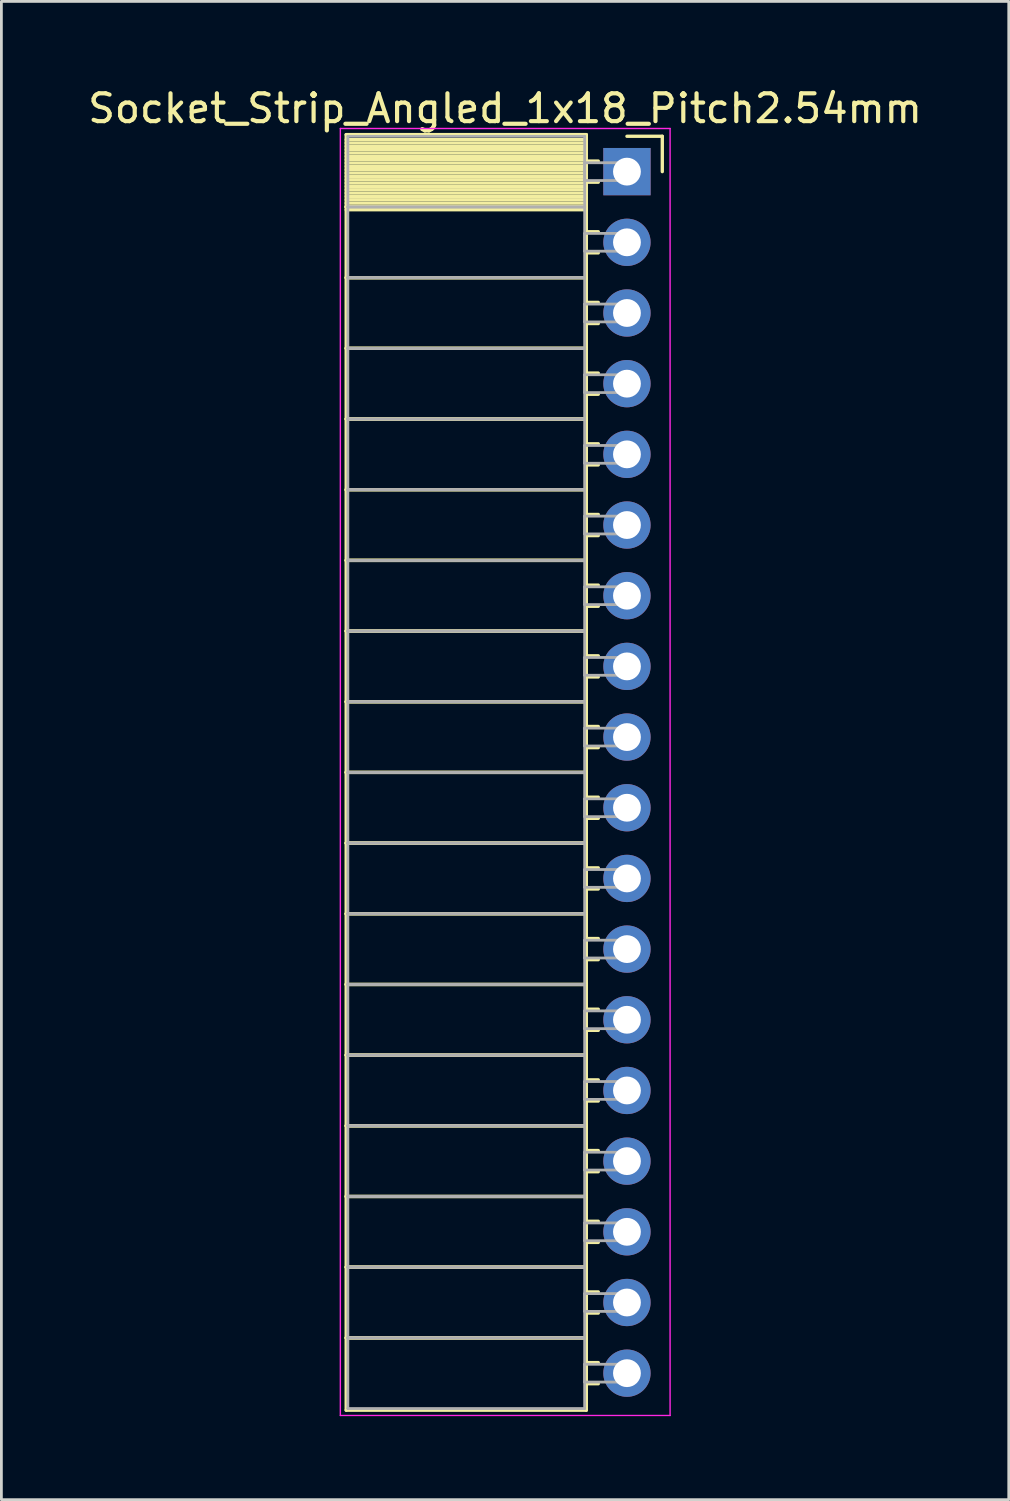
<source format=kicad_pcb>
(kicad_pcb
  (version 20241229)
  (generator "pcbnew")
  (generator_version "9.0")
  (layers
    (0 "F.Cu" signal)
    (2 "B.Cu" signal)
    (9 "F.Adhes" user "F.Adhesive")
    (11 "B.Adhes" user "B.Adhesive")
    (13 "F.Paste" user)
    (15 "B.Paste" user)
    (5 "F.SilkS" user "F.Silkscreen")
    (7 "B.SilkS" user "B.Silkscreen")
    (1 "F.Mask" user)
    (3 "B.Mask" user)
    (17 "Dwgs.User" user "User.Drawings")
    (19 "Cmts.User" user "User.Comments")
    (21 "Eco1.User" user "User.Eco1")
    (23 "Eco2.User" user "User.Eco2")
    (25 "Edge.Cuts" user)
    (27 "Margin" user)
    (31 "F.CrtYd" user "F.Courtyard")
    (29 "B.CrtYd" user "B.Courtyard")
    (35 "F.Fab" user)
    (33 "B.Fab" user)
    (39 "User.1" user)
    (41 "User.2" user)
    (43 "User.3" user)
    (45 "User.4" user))
  (footprint "Socket_Strip_Angled_1x18_Pitch2.54mm"
    (layer "F.Cu")
    (at 19.481 3.118)
    (property "Reference" "Socket_Strip_Angled_1x18_Pitch2.54mm" (at -4.38 -2.27 0) (layer "F.SilkS") (effects (font (size 1 1) (thickness 0.15))))
    (attr through_hole)
    (fp_line (start -10.09 -1.33) (end -1.46 -1.33) (stroke (width 0.12) (type solid)) (layer "F.SilkS"))
    (fp_line (start -10.09 1.27) (end -10.09 -1.33) (stroke (width 0.12) (type solid)) (layer "F.SilkS"))
    (fp_line (start -10.09 1.27) (end -1.46 1.27) (stroke (width 0.12) (type solid)) (layer "F.SilkS"))
    (fp_line (start -10.09 3.81) (end -10.09 1.27) (stroke (width 0.12) (type solid)) (layer "F.SilkS"))
    (fp_line (start -10.09 3.81) (end -1.46 3.81) (stroke (width 0.12) (type solid)) (layer "F.SilkS"))
    (fp_line (start -10.09 6.35) (end -10.09 3.81) (stroke (width 0.12) (type solid)) (layer "F.SilkS"))
    (fp_line (start -10.09 6.35) (end -1.46 6.35) (stroke (width 0.12) (type solid)) (layer "F.SilkS"))
    (fp_line (start -10.09 8.89) (end -10.09 6.35) (stroke (width 0.12) (type solid)) (layer "F.SilkS"))
    (fp_line (start -10.09 8.89) (end -1.46 8.89) (stroke (width 0.12) (type solid)) (layer "F.SilkS"))
    (fp_line (start -10.09 11.43) (end -10.09 8.89) (stroke (width 0.12) (type solid)) (layer "F.SilkS"))
    (fp_line (start -10.09 11.43) (end -1.46 11.43) (stroke (width 0.12) (type solid)) (layer "F.SilkS"))
    (fp_line (start -10.09 13.97) (end -10.09 11.43) (stroke (width 0.12) (type solid)) (layer "F.SilkS"))
    (fp_line (start -10.09 13.97) (end -1.46 13.97) (stroke (width 0.12) (type solid)) (layer "F.SilkS"))
    (fp_line (start -10.09 16.51) (end -10.09 13.97) (stroke (width 0.12) (type solid)) (layer "F.SilkS"))
    (fp_line (start -10.09 16.51) (end -1.46 16.51) (stroke (width 0.12) (type solid)) (layer "F.SilkS"))
    (fp_line (start -10.09 19.05) (end -10.09 16.51) (stroke (width 0.12) (type solid)) (layer "F.SilkS"))
    (fp_line (start -10.09 19.05) (end -1.46 19.05) (stroke (width 0.12) (type solid)) (layer "F.SilkS"))
    (fp_line (start -10.09 21.59) (end -10.09 19.05) (stroke (width 0.12) (type solid)) (layer "F.SilkS"))
    (fp_line (start -10.09 21.59) (end -1.46 21.59) (stroke (width 0.12) (type solid)) (layer "F.SilkS"))
    (fp_line (start -10.09 24.13) (end -10.09 21.59) (stroke (width 0.12) (type solid)) (layer "F.SilkS"))
    (fp_line (start -10.09 24.13) (end -1.46 24.13) (stroke (width 0.12) (type solid)) (layer "F.SilkS"))
    (fp_line (start -10.09 26.67) (end -10.09 24.13) (stroke (width 0.12) (type solid)) (layer "F.SilkS"))
    (fp_line (start -10.09 26.67) (end -1.46 26.67) (stroke (width 0.12) (type solid)) (layer "F.SilkS"))
    (fp_line (start -10.09 29.21) (end -10.09 26.67) (stroke (width 0.12) (type solid)) (layer "F.SilkS"))
    (fp_line (start -10.09 29.21) (end -1.46 29.21) (stroke (width 0.12) (type solid)) (layer "F.SilkS"))
    (fp_line (start -10.09 31.75) (end -10.09 29.21) (stroke (width 0.12) (type solid)) (layer "F.SilkS"))
    (fp_line (start -10.09 31.75) (end -1.46 31.75) (stroke (width 0.12) (type solid)) (layer "F.SilkS"))
    (fp_line (start -10.09 34.29) (end -10.09 31.75) (stroke (width 0.12) (type solid)) (layer "F.SilkS"))
    (fp_line (start -10.09 34.29) (end -1.46 34.29) (stroke (width 0.12) (type solid)) (layer "F.SilkS"))
    (fp_line (start -10.09 36.83) (end -10.09 34.29) (stroke (width 0.12) (type solid)) (layer "F.SilkS"))
    (fp_line (start -10.09 36.83) (end -1.46 36.83) (stroke (width 0.12) (type solid)) (layer "F.SilkS"))
    (fp_line (start -10.09 39.37) (end -10.09 36.83) (stroke (width 0.12) (type solid)) (layer "F.SilkS"))
    (fp_line (start -10.09 39.37) (end -1.46 39.37) (stroke (width 0.12) (type solid)) (layer "F.SilkS"))
    (fp_line (start -10.09 41.91) (end -10.09 39.37) (stroke (width 0.12) (type solid)) (layer "F.SilkS"))
    (fp_line (start -10.09 41.91) (end -1.46 41.91) (stroke (width 0.12) (type solid)) (layer "F.SilkS"))
    (fp_line (start -10.09 44.51) (end -10.09 41.91) (stroke (width 0.12) (type solid)) (layer "F.SilkS"))
    (fp_line (start -1.46 -1.33) (end -1.46 1.27) (stroke (width 0.12) (type solid)) (layer "F.SilkS"))
    (fp_line (start -1.46 -1.15) (end -10.09 -1.15) (stroke (width 0.12) (type solid)) (layer "F.SilkS"))
    (fp_line (start -1.46 -1.03) (end -10.09 -1.03) (stroke (width 0.12) (type solid)) (layer "F.SilkS"))
    (fp_line (start -1.46 -0.91) (end -10.09 -0.91) (stroke (width 0.12) (type solid)) (layer "F.SilkS"))
    (fp_line (start -1.46 -0.79) (end -10.09 -0.79) (stroke (width 0.12) (type solid)) (layer "F.SilkS"))
    (fp_line (start -1.46 -0.67) (end -10.09 -0.67) (stroke (width 0.12) (type solid)) (layer "F.SilkS"))
    (fp_line (start -1.46 -0.55) (end -10.09 -0.55) (stroke (width 0.12) (type solid)) (layer "F.SilkS"))
    (fp_line (start -1.46 -0.43) (end -10.09 -0.43) (stroke (width 0.12) (type solid)) (layer "F.SilkS"))
    (fp_line (start -1.46 -0.31) (end -10.09 -0.31) (stroke (width 0.12) (type solid)) (layer "F.SilkS"))
    (fp_line (start -1.46 -0.19) (end -10.09 -0.19) (stroke (width 0.12) (type solid)) (layer "F.SilkS"))
    (fp_line (start -1.46 -0.07) (end -10.09 -0.07) (stroke (width 0.12) (type solid)) (layer "F.SilkS"))
    (fp_line (start -1.46 0.05) (end -10.09 0.05) (stroke (width 0.12) (type solid)) (layer "F.SilkS"))
    (fp_line (start -1.46 0.17) (end -10.09 0.17) (stroke (width 0.12) (type solid)) (layer "F.SilkS"))
    (fp_line (start -1.46 0.29) (end -10.09 0.29) (stroke (width 0.12) (type solid)) (layer "F.SilkS"))
    (fp_line (start -1.46 0.41) (end -10.09 0.41) (stroke (width 0.12) (type solid)) (layer "F.SilkS"))
    (fp_line (start -1.46 0.53) (end -10.09 0.53) (stroke (width 0.12) (type solid)) (layer "F.SilkS"))
    (fp_line (start -1.46 0.65) (end -10.09 0.65) (stroke (width 0.12) (type solid)) (layer "F.SilkS"))
    (fp_line (start -1.46 0.77) (end -10.09 0.77) (stroke (width 0.12) (type solid)) (layer "F.SilkS"))
    (fp_line (start -1.46 0.89) (end -10.09 0.89) (stroke (width 0.12) (type solid)) (layer "F.SilkS"))
    (fp_line (start -1.46 1.01) (end -10.09 1.01) (stroke (width 0.12) (type solid)) (layer "F.SilkS"))
    (fp_line (start -1.46 1.13) (end -10.09 1.13) (stroke (width 0.12) (type solid)) (layer "F.SilkS"))
    (fp_line (start -1.46 1.25) (end -10.09 1.25) (stroke (width 0.12) (type solid)) (layer "F.SilkS"))
    (fp_line (start -1.46 1.27) (end -10.09 1.27) (stroke (width 0.12) (type solid)) (layer "F.SilkS"))
    (fp_line (start -1.46 1.27) (end -1.46 3.81) (stroke (width 0.12) (type solid)) (layer "F.SilkS"))
    (fp_line (start -1.46 1.37) (end -10.09 1.37) (stroke (width 0.12) (type solid)) (layer "F.SilkS"))
    (fp_line (start -1.46 3.81) (end -10.09 3.81) (stroke (width 0.12) (type solid)) (layer "F.SilkS"))
    (fp_line (start -1.46 3.81) (end -1.46 6.35) (stroke (width 0.12) (type solid)) (layer "F.SilkS"))
    (fp_line (start -1.46 6.35) (end -10.09 6.35) (stroke (width 0.12) (type solid)) (layer "F.SilkS"))
    (fp_line (start -1.46 6.35) (end -1.46 8.89) (stroke (width 0.12) (type solid)) (layer "F.SilkS"))
    (fp_line (start -1.46 8.89) (end -10.09 8.89) (stroke (width 0.12) (type solid)) (layer "F.SilkS"))
    (fp_line (start -1.46 8.89) (end -1.46 11.43) (stroke (width 0.12) (type solid)) (layer "F.SilkS"))
    (fp_line (start -1.46 11.43) (end -10.09 11.43) (stroke (width 0.12) (type solid)) (layer "F.SilkS"))
    (fp_line (start -1.46 11.43) (end -1.46 13.97) (stroke (width 0.12) (type solid)) (layer "F.SilkS"))
    (fp_line (start -1.46 13.97) (end -10.09 13.97) (stroke (width 0.12) (type solid)) (layer "F.SilkS"))
    (fp_line (start -1.46 13.97) (end -1.46 16.51) (stroke (width 0.12) (type solid)) (layer "F.SilkS"))
    (fp_line (start -1.46 16.51) (end -10.09 16.51) (stroke (width 0.12) (type solid)) (layer "F.SilkS"))
    (fp_line (start -1.46 16.51) (end -1.46 19.05) (stroke (width 0.12) (type solid)) (layer "F.SilkS"))
    (fp_line (start -1.46 19.05) (end -10.09 19.05) (stroke (width 0.12) (type solid)) (layer "F.SilkS"))
    (fp_line (start -1.46 19.05) (end -1.46 21.59) (stroke (width 0.12) (type solid)) (layer "F.SilkS"))
    (fp_line (start -1.46 21.59) (end -10.09 21.59) (stroke (width 0.12) (type solid)) (layer "F.SilkS"))
    (fp_line (start -1.46 21.59) (end -1.46 24.13) (stroke (width 0.12) (type solid)) (layer "F.SilkS"))
    (fp_line (start -1.46 24.13) (end -10.09 24.13) (stroke (width 0.12) (type solid)) (layer "F.SilkS"))
    (fp_line (start -1.46 24.13) (end -1.46 26.67) (stroke (width 0.12) (type solid)) (layer "F.SilkS"))
    (fp_line (start -1.46 26.67) (end -10.09 26.67) (stroke (width 0.12) (type solid)) (layer "F.SilkS"))
    (fp_line (start -1.46 26.67) (end -1.46 29.21) (stroke (width 0.12) (type solid)) (layer "F.SilkS"))
    (fp_line (start -1.46 29.21) (end -10.09 29.21) (stroke (width 0.12) (type solid)) (layer "F.SilkS"))
    (fp_line (start -1.46 29.21) (end -1.46 31.75) (stroke (width 0.12) (type solid)) (layer "F.SilkS"))
    (fp_line (start -1.46 31.75) (end -10.09 31.75) (stroke (width 0.12) (type solid)) (layer "F.SilkS"))
    (fp_line (start -1.46 31.75) (end -1.46 34.29) (stroke (width 0.12) (type solid)) (layer "F.SilkS"))
    (fp_line (start -1.46 34.29) (end -10.09 34.29) (stroke (width 0.12) (type solid)) (layer "F.SilkS"))
    (fp_line (start -1.46 34.29) (end -1.46 36.83) (stroke (width 0.12) (type solid)) (layer "F.SilkS"))
    (fp_line (start -1.46 36.83) (end -10.09 36.83) (stroke (width 0.12) (type solid)) (layer "F.SilkS"))
    (fp_line (start -1.46 36.83) (end -1.46 39.37) (stroke (width 0.12) (type solid)) (layer "F.SilkS"))
    (fp_line (start -1.46 39.37) (end -10.09 39.37) (stroke (width 0.12) (type solid)) (layer "F.SilkS"))
    (fp_line (start -1.46 39.37) (end -1.46 41.91) (stroke (width 0.12) (type solid)) (layer "F.SilkS"))
    (fp_line (start -1.46 41.91) (end -10.09 41.91) (stroke (width 0.12) (type solid)) (layer "F.SilkS"))
    (fp_line (start -1.46 41.91) (end -1.46 44.51) (stroke (width 0.12) (type solid)) (layer "F.SilkS"))
    (fp_line (start -1.46 44.51) (end -10.09 44.51) (stroke (width 0.12) (type solid)) (layer "F.SilkS"))
    (fp_line (start -1.03 -0.38) (end -1.46 -0.38) (stroke (width 0.12) (type solid)) (layer "F.SilkS"))
    (fp_line (start -1.03 0.38) (end -1.46 0.38) (stroke (width 0.12) (type solid)) (layer "F.SilkS"))
    (fp_line (start -1.03 2.16) (end -1.46 2.16) (stroke (width 0.12) (type solid)) (layer "F.SilkS"))
    (fp_line (start -1.03 2.92) (end -1.46 2.92) (stroke (width 0.12) (type solid)) (layer "F.SilkS"))
    (fp_line (start -1.03 4.7) (end -1.46 4.7) (stroke (width 0.12) (type solid)) (layer "F.SilkS"))
    (fp_line (start -1.03 5.46) (end -1.46 5.46) (stroke (width 0.12) (type solid)) (layer "F.SilkS"))
    (fp_line (start -1.03 7.24) (end -1.46 7.24) (stroke (width 0.12) (type solid)) (layer "F.SilkS"))
    (fp_line (start -1.03 8) (end -1.46 8) (stroke (width 0.12) (type solid)) (layer "F.SilkS"))
    (fp_line (start -1.03 9.78) (end -1.46 9.78) (stroke (width 0.12) (type solid)) (layer "F.SilkS"))
    (fp_line (start -1.03 10.54) (end -1.46 10.54) (stroke (width 0.12) (type solid)) (layer "F.SilkS"))
    (fp_line (start -1.03 12.32) (end -1.46 12.32) (stroke (width 0.12) (type solid)) (layer "F.SilkS"))
    (fp_line (start -1.03 13.08) (end -1.46 13.08) (stroke (width 0.12) (type solid)) (layer "F.SilkS"))
    (fp_line (start -1.03 14.86) (end -1.46 14.86) (stroke (width 0.12) (type solid)) (layer "F.SilkS"))
    (fp_line (start -1.03 15.62) (end -1.46 15.62) (stroke (width 0.12) (type solid)) (layer "F.SilkS"))
    (fp_line (start -1.03 17.4) (end -1.46 17.4) (stroke (width 0.12) (type solid)) (layer "F.SilkS"))
    (fp_line (start -1.03 18.16) (end -1.46 18.16) (stroke (width 0.12) (type solid)) (layer "F.SilkS"))
    (fp_line (start -1.03 19.94) (end -1.46 19.94) (stroke (width 0.12) (type solid)) (layer "F.SilkS"))
    (fp_line (start -1.03 20.7) (end -1.46 20.7) (stroke (width 0.12) (type solid)) (layer "F.SilkS"))
    (fp_line (start -1.03 22.48) (end -1.46 22.48) (stroke (width 0.12) (type solid)) (layer "F.SilkS"))
    (fp_line (start -1.03 23.24) (end -1.46 23.24) (stroke (width 0.12) (type solid)) (layer "F.SilkS"))
    (fp_line (start -1.03 25.02) (end -1.46 25.02) (stroke (width 0.12) (type solid)) (layer "F.SilkS"))
    (fp_line (start -1.03 25.78) (end -1.46 25.78) (stroke (width 0.12) (type solid)) (layer "F.SilkS"))
    (fp_line (start -1.03 27.56) (end -1.46 27.56) (stroke (width 0.12) (type solid)) (layer "F.SilkS"))
    (fp_line (start -1.03 28.32) (end -1.46 28.32) (stroke (width 0.12) (type solid)) (layer "F.SilkS"))
    (fp_line (start -1.03 30.1) (end -1.46 30.1) (stroke (width 0.12) (type solid)) (layer "F.SilkS"))
    (fp_line (start -1.03 30.86) (end -1.46 30.86) (stroke (width 0.12) (type solid)) (layer "F.SilkS"))
    (fp_line (start -1.03 32.64) (end -1.46 32.64) (stroke (width 0.12) (type solid)) (layer "F.SilkS"))
    (fp_line (start -1.03 33.4) (end -1.46 33.4) (stroke (width 0.12) (type solid)) (layer "F.SilkS"))
    (fp_line (start -1.03 35.18) (end -1.46 35.18) (stroke (width 0.12) (type solid)) (layer "F.SilkS"))
    (fp_line (start -1.03 35.94) (end -1.46 35.94) (stroke (width 0.12) (type solid)) (layer "F.SilkS"))
    (fp_line (start -1.03 37.72) (end -1.46 37.72) (stroke (width 0.12) (type solid)) (layer "F.SilkS"))
    (fp_line (start -1.03 38.48) (end -1.46 38.48) (stroke (width 0.12) (type solid)) (layer "F.SilkS"))
    (fp_line (start -1.03 40.26) (end -1.46 40.26) (stroke (width 0.12) (type solid)) (layer "F.SilkS"))
    (fp_line (start -1.03 41.02) (end -1.46 41.02) (stroke (width 0.12) (type solid)) (layer "F.SilkS"))
    (fp_line (start -1.03 42.8) (end -1.46 42.8) (stroke (width 0.12) (type solid)) (layer "F.SilkS"))
    (fp_line (start -1.03 43.56) (end -1.46 43.56) (stroke (width 0.12) (type solid)) (layer "F.SilkS"))
    (fp_line (start 0 -1.27) (end 1.27 -1.27) (stroke (width 0.12) (type solid)) (layer "F.SilkS"))
    (fp_line (start 1.27 -1.27) (end 1.27 0) (stroke (width 0.12) (type solid)) (layer "F.SilkS"))
    (fp_line (start -10.3 -1.55) (end 1.55 -1.55) (stroke (width 0.05) (type solid)) (layer "F.CrtYd"))
    (fp_line (start -10.3 44.7) (end -10.3 -1.55) (stroke (width 0.05) (type solid)) (layer "F.CrtYd"))
    (fp_line (start 1.55 -1.55) (end 1.55 44.7) (stroke (width 0.05) (type solid)) (layer "F.CrtYd"))
    (fp_line (start 1.55 44.7) (end -10.3 44.7) (stroke (width 0.05) (type solid)) (layer "F.CrtYd"))
    (fp_line (start -10.03 -1.27) (end -1.52 -1.27) (stroke (width 0.1) (type solid)) (layer "F.Fab"))
    (fp_line (start -10.03 1.27) (end -10.03 -1.27) (stroke (width 0.1) (type solid)) (layer "F.Fab"))
    (fp_line (start -10.03 1.27) (end -1.52 1.27) (stroke (width 0.1) (type solid)) (layer "F.Fab"))
    (fp_line (start -10.03 3.81) (end -10.03 1.27) (stroke (width 0.1) (type solid)) (layer "F.Fab"))
    (fp_line (start -10.03 3.81) (end -1.52 3.81) (stroke (width 0.1) (type solid)) (layer "F.Fab"))
    (fp_line (start -10.03 6.35) (end -10.03 3.81) (stroke (width 0.1) (type solid)) (layer "F.Fab"))
    (fp_line (start -10.03 6.35) (end -1.52 6.35) (stroke (width 0.1) (type solid)) (layer "F.Fab"))
    (fp_line (start -10.03 8.89) (end -10.03 6.35) (stroke (width 0.1) (type solid)) (layer "F.Fab"))
    (fp_line (start -10.03 8.89) (end -1.52 8.89) (stroke (width 0.1) (type solid)) (layer "F.Fab"))
    (fp_line (start -10.03 11.43) (end -10.03 8.89) (stroke (width 0.1) (type solid)) (layer "F.Fab"))
    (fp_line (start -10.03 11.43) (end -1.52 11.43) (stroke (width 0.1) (type solid)) (layer "F.Fab"))
    (fp_line (start -10.03 13.97) (end -10.03 11.43) (stroke (width 0.1) (type solid)) (layer "F.Fab"))
    (fp_line (start -10.03 13.97) (end -1.52 13.97) (stroke (width 0.1) (type solid)) (layer "F.Fab"))
    (fp_line (start -10.03 16.51) (end -10.03 13.97) (stroke (width 0.1) (type solid)) (layer "F.Fab"))
    (fp_line (start -10.03 16.51) (end -1.52 16.51) (stroke (width 0.1) (type solid)) (layer "F.Fab"))
    (fp_line (start -10.03 19.05) (end -10.03 16.51) (stroke (width 0.1) (type solid)) (layer "F.Fab"))
    (fp_line (start -10.03 19.05) (end -1.52 19.05) (stroke (width 0.1) (type solid)) (layer "F.Fab"))
    (fp_line (start -10.03 21.59) (end -10.03 19.05) (stroke (width 0.1) (type solid)) (layer "F.Fab"))
    (fp_line (start -10.03 21.59) (end -1.52 21.59) (stroke (width 0.1) (type solid)) (layer "F.Fab"))
    (fp_line (start -10.03 24.13) (end -10.03 21.59) (stroke (width 0.1) (type solid)) (layer "F.Fab"))
    (fp_line (start -10.03 24.13) (end -1.52 24.13) (stroke (width 0.1) (type solid)) (layer "F.Fab"))
    (fp_line (start -10.03 26.67) (end -10.03 24.13) (stroke (width 0.1) (type solid)) (layer "F.Fab"))
    (fp_line (start -10.03 26.67) (end -1.52 26.67) (stroke (width 0.1) (type solid)) (layer "F.Fab"))
    (fp_line (start -10.03 29.21) (end -10.03 26.67) (stroke (width 0.1) (type solid)) (layer "F.Fab"))
    (fp_line (start -10.03 29.21) (end -1.52 29.21) (stroke (width 0.1) (type solid)) (layer "F.Fab"))
    (fp_line (start -10.03 31.75) (end -10.03 29.21) (stroke (width 0.1) (type solid)) (layer "F.Fab"))
    (fp_line (start -10.03 31.75) (end -1.52 31.75) (stroke (width 0.1) (type solid)) (layer "F.Fab"))
    (fp_line (start -10.03 34.29) (end -10.03 31.75) (stroke (width 0.1) (type solid)) (layer "F.Fab"))
    (fp_line (start -10.03 34.29) (end -1.52 34.29) (stroke (width 0.1) (type solid)) (layer "F.Fab"))
    (fp_line (start -10.03 36.83) (end -10.03 34.29) (stroke (width 0.1) (type solid)) (layer "F.Fab"))
    (fp_line (start -10.03 36.83) (end -1.52 36.83) (stroke (width 0.1) (type solid)) (layer "F.Fab"))
    (fp_line (start -10.03 39.37) (end -10.03 36.83) (stroke (width 0.1) (type solid)) (layer "F.Fab"))
    (fp_line (start -10.03 39.37) (end -1.52 39.37) (stroke (width 0.1) (type solid)) (layer "F.Fab"))
    (fp_line (start -10.03 41.91) (end -10.03 39.37) (stroke (width 0.1) (type solid)) (layer "F.Fab"))
    (fp_line (start -10.03 41.91) (end -1.52 41.91) (stroke (width 0.1) (type solid)) (layer "F.Fab"))
    (fp_line (start -10.03 44.45) (end -10.03 41.91) (stroke (width 0.1) (type solid)) (layer "F.Fab"))
    (fp_line (start -1.52 -1.27) (end -1.52 1.27) (stroke (width 0.1) (type solid)) (layer "F.Fab"))
    (fp_line (start -1.52 -0.32) (end 0 -0.32) (stroke (width 0.1) (type solid)) (layer "F.Fab"))
    (fp_line (start -1.52 0.32) (end -1.52 -0.32) (stroke (width 0.1) (type solid)) (layer "F.Fab"))
    (fp_line (start -1.52 1.27) (end -10.03 1.27) (stroke (width 0.1) (type solid)) (layer "F.Fab"))
    (fp_line (start -1.52 1.27) (end -1.52 3.81) (stroke (width 0.1) (type solid)) (layer "F.Fab"))
    (fp_line (start -1.52 2.22) (end 0 2.22) (stroke (width 0.1) (type solid)) (layer "F.Fab"))
    (fp_line (start -1.52 2.86) (end -1.52 2.22) (stroke (width 0.1) (type solid)) (layer "F.Fab"))
    (fp_line (start -1.52 3.81) (end -10.03 3.81) (stroke (width 0.1) (type solid)) (layer "F.Fab"))
    (fp_line (start -1.52 3.81) (end -1.52 6.35) (stroke (width 0.1) (type solid)) (layer "F.Fab"))
    (fp_line (start -1.52 4.76) (end 0 4.76) (stroke (width 0.1) (type solid)) (layer "F.Fab"))
    (fp_line (start -1.52 5.4) (end -1.52 4.76) (stroke (width 0.1) (type solid)) (layer "F.Fab"))
    (fp_line (start -1.52 6.35) (end -10.03 6.35) (stroke (width 0.1) (type solid)) (layer "F.Fab"))
    (fp_line (start -1.52 6.35) (end -1.52 8.89) (stroke (width 0.1) (type solid)) (layer "F.Fab"))
    (fp_line (start -1.52 7.3) (end 0 7.3) (stroke (width 0.1) (type solid)) (layer "F.Fab"))
    (fp_line (start -1.52 7.94) (end -1.52 7.3) (stroke (width 0.1) (type solid)) (layer "F.Fab"))
    (fp_line (start -1.52 8.89) (end -10.03 8.89) (stroke (width 0.1) (type solid)) (layer "F.Fab"))
    (fp_line (start -1.52 8.89) (end -1.52 11.43) (stroke (width 0.1) (type solid)) (layer "F.Fab"))
    (fp_line (start -1.52 9.84) (end 0 9.84) (stroke (width 0.1) (type solid)) (layer "F.Fab"))
    (fp_line (start -1.52 10.48) (end -1.52 9.84) (stroke (width 0.1) (type solid)) (layer "F.Fab"))
    (fp_line (start -1.52 11.43) (end -10.03 11.43) (stroke (width 0.1) (type solid)) (layer "F.Fab"))
    (fp_line (start -1.52 11.43) (end -1.52 13.97) (stroke (width 0.1) (type solid)) (layer "F.Fab"))
    (fp_line (start -1.52 12.38) (end 0 12.38) (stroke (width 0.1) (type solid)) (layer "F.Fab"))
    (fp_line (start -1.52 13.02) (end -1.52 12.38) (stroke (width 0.1) (type solid)) (layer "F.Fab"))
    (fp_line (start -1.52 13.97) (end -10.03 13.97) (stroke (width 0.1) (type solid)) (layer "F.Fab"))
    (fp_line (start -1.52 13.97) (end -1.52 16.51) (stroke (width 0.1) (type solid)) (layer "F.Fab"))
    (fp_line (start -1.52 14.92) (end 0 14.92) (stroke (width 0.1) (type solid)) (layer "F.Fab"))
    (fp_line (start -1.52 15.56) (end -1.52 14.92) (stroke (width 0.1) (type solid)) (layer "F.Fab"))
    (fp_line (start -1.52 16.51) (end -10.03 16.51) (stroke (width 0.1) (type solid)) (layer "F.Fab"))
    (fp_line (start -1.52 16.51) (end -1.52 19.05) (stroke (width 0.1) (type solid)) (layer "F.Fab"))
    (fp_line (start -1.52 17.46) (end 0 17.46) (stroke (width 0.1) (type solid)) (layer "F.Fab"))
    (fp_line (start -1.52 18.1) (end -1.52 17.46) (stroke (width 0.1) (type solid)) (layer "F.Fab"))
    (fp_line (start -1.52 19.05) (end -10.03 19.05) (stroke (width 0.1) (type solid)) (layer "F.Fab"))
    (fp_line (start -1.52 19.05) (end -1.52 21.59) (stroke (width 0.1) (type solid)) (layer "F.Fab"))
    (fp_line (start -1.52 20) (end 0 20) (stroke (width 0.1) (type solid)) (layer "F.Fab"))
    (fp_line (start -1.52 20.64) (end -1.52 20) (stroke (width 0.1) (type solid)) (layer "F.Fab"))
    (fp_line (start -1.52 21.59) (end -10.03 21.59) (stroke (width 0.1) (type solid)) (layer "F.Fab"))
    (fp_line (start -1.52 21.59) (end -1.52 24.13) (stroke (width 0.1) (type solid)) (layer "F.Fab"))
    (fp_line (start -1.52 22.54) (end 0 22.54) (stroke (width 0.1) (type solid)) (layer "F.Fab"))
    (fp_line (start -1.52 23.18) (end -1.52 22.54) (stroke (width 0.1) (type solid)) (layer "F.Fab"))
    (fp_line (start -1.52 24.13) (end -10.03 24.13) (stroke (width 0.1) (type solid)) (layer "F.Fab"))
    (fp_line (start -1.52 24.13) (end -1.52 26.67) (stroke (width 0.1) (type solid)) (layer "F.Fab"))
    (fp_line (start -1.52 25.08) (end 0 25.08) (stroke (width 0.1) (type solid)) (layer "F.Fab"))
    (fp_line (start -1.52 25.72) (end -1.52 25.08) (stroke (width 0.1) (type solid)) (layer "F.Fab"))
    (fp_line (start -1.52 26.67) (end -10.03 26.67) (stroke (width 0.1) (type solid)) (layer "F.Fab"))
    (fp_line (start -1.52 26.67) (end -1.52 29.21) (stroke (width 0.1) (type solid)) (layer "F.Fab"))
    (fp_line (start -1.52 27.62) (end 0 27.62) (stroke (width 0.1) (type solid)) (layer "F.Fab"))
    (fp_line (start -1.52 28.26) (end -1.52 27.62) (stroke (width 0.1) (type solid)) (layer "F.Fab"))
    (fp_line (start -1.52 29.21) (end -10.03 29.21) (stroke (width 0.1) (type solid)) (layer "F.Fab"))
    (fp_line (start -1.52 29.21) (end -1.52 31.75) (stroke (width 0.1) (type solid)) (layer "F.Fab"))
    (fp_line (start -1.52 30.16) (end 0 30.16) (stroke (width 0.1) (type solid)) (layer "F.Fab"))
    (fp_line (start -1.52 30.8) (end -1.52 30.16) (stroke (width 0.1) (type solid)) (layer "F.Fab"))
    (fp_line (start -1.52 31.75) (end -10.03 31.75) (stroke (width 0.1) (type solid)) (layer "F.Fab"))
    (fp_line (start -1.52 31.75) (end -1.52 34.29) (stroke (width 0.1) (type solid)) (layer "F.Fab"))
    (fp_line (start -1.52 32.7) (end 0 32.7) (stroke (width 0.1) (type solid)) (layer "F.Fab"))
    (fp_line (start -1.52 33.34) (end -1.52 32.7) (stroke (width 0.1) (type solid)) (layer "F.Fab"))
    (fp_line (start -1.52 34.29) (end -10.03 34.29) (stroke (width 0.1) (type solid)) (layer "F.Fab"))
    (fp_line (start -1.52 34.29) (end -1.52 36.83) (stroke (width 0.1) (type solid)) (layer "F.Fab"))
    (fp_line (start -1.52 35.24) (end 0 35.24) (stroke (width 0.1) (type solid)) (layer "F.Fab"))
    (fp_line (start -1.52 35.88) (end -1.52 35.24) (stroke (width 0.1) (type solid)) (layer "F.Fab"))
    (fp_line (start -1.52 36.83) (end -10.03 36.83) (stroke (width 0.1) (type solid)) (layer "F.Fab"))
    (fp_line (start -1.52 36.83) (end -1.52 39.37) (stroke (width 0.1) (type solid)) (layer "F.Fab"))
    (fp_line (start -1.52 37.78) (end 0 37.78) (stroke (width 0.1) (type solid)) (layer "F.Fab"))
    (fp_line (start -1.52 38.42) (end -1.52 37.78) (stroke (width 0.1) (type solid)) (layer "F.Fab"))
    (fp_line (start -1.52 39.37) (end -10.03 39.37) (stroke (width 0.1) (type solid)) (layer "F.Fab"))
    (fp_line (start -1.52 39.37) (end -1.52 41.91) (stroke (width 0.1) (type solid)) (layer "F.Fab"))
    (fp_line (start -1.52 40.32) (end 0 40.32) (stroke (width 0.1) (type solid)) (layer "F.Fab"))
    (fp_line (start -1.52 40.96) (end -1.52 40.32) (stroke (width 0.1) (type solid)) (layer "F.Fab"))
    (fp_line (start -1.52 41.91) (end -10.03 41.91) (stroke (width 0.1) (type solid)) (layer "F.Fab"))
    (fp_line (start -1.52 41.91) (end -1.52 44.45) (stroke (width 0.1) (type solid)) (layer "F.Fab"))
    (fp_line (start -1.52 42.86) (end 0 42.86) (stroke (width 0.1) (type solid)) (layer "F.Fab"))
    (fp_line (start -1.52 43.5) (end -1.52 42.86) (stroke (width 0.1) (type solid)) (layer "F.Fab"))
    (fp_line (start -1.52 44.45) (end -10.03 44.45) (stroke (width 0.1) (type solid)) (layer "F.Fab"))
    (fp_line (start 0 -0.32) (end 0 0.32) (stroke (width 0.1) (type solid)) (layer "F.Fab"))
    (fp_line (start 0 0.32) (end -1.52 0.32) (stroke (width 0.1) (type solid)) (layer "F.Fab"))
    (fp_line (start 0 2.22) (end 0 2.86) (stroke (width 0.1) (type solid)) (layer "F.Fab"))
    (fp_line (start 0 2.86) (end -1.52 2.86) (stroke (width 0.1) (type solid)) (layer "F.Fab"))
    (fp_line (start 0 4.76) (end 0 5.4) (stroke (width 0.1) (type solid)) (layer "F.Fab"))
    (fp_line (start 0 5.4) (end -1.52 5.4) (stroke (width 0.1) (type solid)) (layer "F.Fab"))
    (fp_line (start 0 7.3) (end 0 7.94) (stroke (width 0.1) (type solid)) (layer "F.Fab"))
    (fp_line (start 0 7.94) (end -1.52 7.94) (stroke (width 0.1) (type solid)) (layer "F.Fab"))
    (fp_line (start 0 9.84) (end 0 10.48) (stroke (width 0.1) (type solid)) (layer "F.Fab"))
    (fp_line (start 0 10.48) (end -1.52 10.48) (stroke (width 0.1) (type solid)) (layer "F.Fab"))
    (fp_line (start 0 12.38) (end 0 13.02) (stroke (width 0.1) (type solid)) (layer "F.Fab"))
    (fp_line (start 0 13.02) (end -1.52 13.02) (stroke (width 0.1) (type solid)) (layer "F.Fab"))
    (fp_line (start 0 14.92) (end 0 15.56) (stroke (width 0.1) (type solid)) (layer "F.Fab"))
    (fp_line (start 0 15.56) (end -1.52 15.56) (stroke (width 0.1) (type solid)) (layer "F.Fab"))
    (fp_line (start 0 17.46) (end 0 18.1) (stroke (width 0.1) (type solid)) (layer "F.Fab"))
    (fp_line (start 0 18.1) (end -1.52 18.1) (stroke (width 0.1) (type solid)) (layer "F.Fab"))
    (fp_line (start 0 20) (end 0 20.64) (stroke (width 0.1) (type solid)) (layer "F.Fab"))
    (fp_line (start 0 20.64) (end -1.52 20.64) (stroke (width 0.1) (type solid)) (layer "F.Fab"))
    (fp_line (start 0 22.54) (end 0 23.18) (stroke (width 0.1) (type solid)) (layer "F.Fab"))
    (fp_line (start 0 23.18) (end -1.52 23.18) (stroke (width 0.1) (type solid)) (layer "F.Fab"))
    (fp_line (start 0 25.08) (end 0 25.72) (stroke (width 0.1) (type solid)) (layer "F.Fab"))
    (fp_line (start 0 25.72) (end -1.52 25.72) (stroke (width 0.1) (type solid)) (layer "F.Fab"))
    (fp_line (start 0 27.62) (end 0 28.26) (stroke (width 0.1) (type solid)) (layer "F.Fab"))
    (fp_line (start 0 28.26) (end -1.52 28.26) (stroke (width 0.1) (type solid)) (layer "F.Fab"))
    (fp_line (start 0 30.16) (end 0 30.8) (stroke (width 0.1) (type solid)) (layer "F.Fab"))
    (fp_line (start 0 30.8) (end -1.52 30.8) (stroke (width 0.1) (type solid)) (layer "F.Fab"))
    (fp_line (start 0 32.7) (end 0 33.34) (stroke (width 0.1) (type solid)) (layer "F.Fab"))
    (fp_line (start 0 33.34) (end -1.52 33.34) (stroke (width 0.1) (type solid)) (layer "F.Fab"))
    (fp_line (start 0 35.24) (end 0 35.88) (stroke (width 0.1) (type solid)) (layer "F.Fab"))
    (fp_line (start 0 35.88) (end -1.52 35.88) (stroke (width 0.1) (type solid)) (layer "F.Fab"))
    (fp_line (start 0 37.78) (end 0 38.42) (stroke (width 0.1) (type solid)) (layer "F.Fab"))
    (fp_line (start 0 38.42) (end -1.52 38.42) (stroke (width 0.1) (type solid)) (layer "F.Fab"))
    (fp_line (start 0 40.32) (end 0 40.96) (stroke (width 0.1) (type solid)) (layer "F.Fab"))
    (fp_line (start 0 40.96) (end -1.52 40.96) (stroke (width 0.1) (type solid)) (layer "F.Fab"))
    (fp_line (start 0 42.86) (end 0 43.5) (stroke (width 0.1) (type solid)) (layer "F.Fab"))
    (fp_line (start 0 43.5) (end -1.52 43.5) (stroke (width 0.1) (type solid)) (layer "F.Fab"))
    (pad "1" thru_hole rect (at 0 0) (size 1.7 1.7) (drill 1) (layers "*.Cu" "*.Mask"))
    (pad "2" thru_hole oval (at 0 2.54) (size 1.7 1.7) (drill 1) (layers "*.Cu" "*.Mask"))
    (pad "3" thru_hole oval (at 0 5.08) (size 1.7 1.7) (drill 1) (layers "*.Cu" "*.Mask"))
    (pad "4" thru_hole oval (at 0 7.62) (size 1.7 1.7) (drill 1) (layers "*.Cu" "*.Mask"))
    (pad "5" thru_hole oval (at 0 10.16) (size 1.7 1.7) (drill 1) (layers "*.Cu" "*.Mask"))
    (pad "6" thru_hole oval (at 0 12.7) (size 1.7 1.7) (drill 1) (layers "*.Cu" "*.Mask"))
    (pad "7" thru_hole oval (at 0 15.24) (size 1.7 1.7) (drill 1) (layers "*.Cu" "*.Mask"))
    (pad "8" thru_hole oval (at 0 17.78) (size 1.7 1.7) (drill 1) (layers "*.Cu" "*.Mask"))
    (pad "9" thru_hole oval (at 0 20.32) (size 1.7 1.7) (drill 1) (layers "*.Cu" "*.Mask"))
    (pad "10" thru_hole oval (at 0 22.86) (size 1.7 1.7) (drill 1) (layers "*.Cu" "*.Mask"))
    (pad "11" thru_hole oval (at 0 25.4) (size 1.7 1.7) (drill 1) (layers "*.Cu" "*.Mask"))
    (pad "12" thru_hole oval (at 0 27.94) (size 1.7 1.7) (drill 1) (layers "*.Cu" "*.Mask"))
    (pad "13" thru_hole oval (at 0 30.48) (size 1.7 1.7) (drill 1) (layers "*.Cu" "*.Mask"))
    (pad "14" thru_hole oval (at 0 33.02) (size 1.7 1.7) (drill 1) (layers "*.Cu" "*.Mask"))
    (pad "15" thru_hole oval (at 0 35.56) (size 1.7 1.7) (drill 1) (layers "*.Cu" "*.Mask"))
    (pad "16" thru_hole oval (at 0 38.1) (size 1.7 1.7) (drill 1) (layers "*.Cu" "*.Mask"))
    (pad "17" thru_hole oval (at 0 40.64) (size 1.7 1.7) (drill 1) (layers "*.Cu" "*.Mask"))
    (pad "18" thru_hole oval (at 0 43.18) (size 1.7 1.7) (drill 1) (layers "*.Cu" "*.Mask")))
  (gr_rect
    (start -3 -3)
    (end 33.202 50.843)
    (stroke (width 0.1) (type default))
    (fill no)
    (layer "Edge.Cuts")))
</source>
